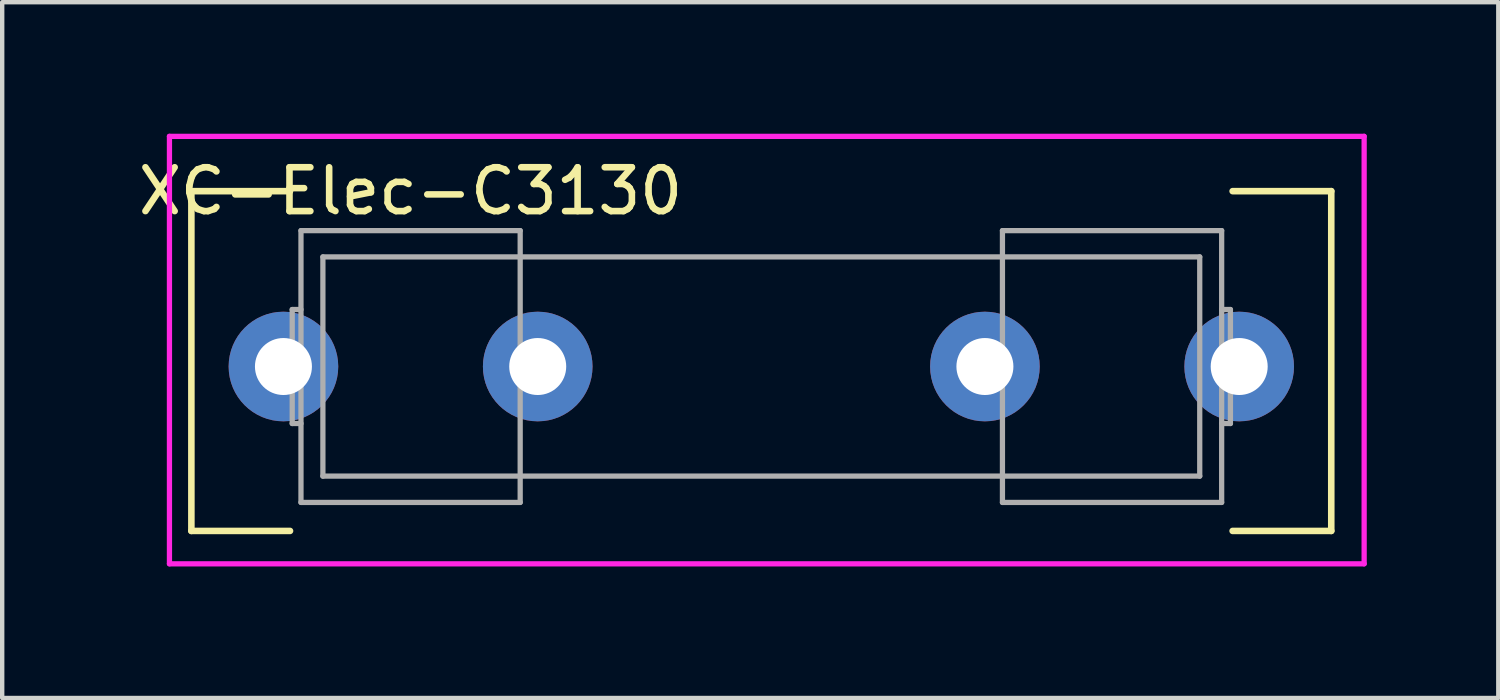
<source format=kicad_pcb>
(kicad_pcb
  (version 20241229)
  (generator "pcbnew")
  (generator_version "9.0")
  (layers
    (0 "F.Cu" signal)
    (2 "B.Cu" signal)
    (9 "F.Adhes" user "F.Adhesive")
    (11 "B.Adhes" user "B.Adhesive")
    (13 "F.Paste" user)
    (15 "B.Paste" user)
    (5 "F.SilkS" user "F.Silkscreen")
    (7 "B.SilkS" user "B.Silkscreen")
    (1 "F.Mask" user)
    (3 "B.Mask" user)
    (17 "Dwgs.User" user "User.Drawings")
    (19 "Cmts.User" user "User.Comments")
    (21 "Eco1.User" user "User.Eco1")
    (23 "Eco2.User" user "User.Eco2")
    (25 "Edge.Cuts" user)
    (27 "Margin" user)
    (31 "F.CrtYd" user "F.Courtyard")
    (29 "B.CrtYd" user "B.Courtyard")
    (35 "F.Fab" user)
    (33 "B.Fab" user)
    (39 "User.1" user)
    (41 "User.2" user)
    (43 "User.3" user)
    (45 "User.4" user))
  (footprint "XC-Elec-C3130"
    (layer "F.Cu")
    (at 14.415 5.31)
    (property "Reference" "XC-Elec-C3130" (at -8.1 -4 0) (layer "F.SilkS") (effects (font (size 1 1) (thickness 0.15))))
    (attr through_hole)
    (fp_line (start -13.1 -4) (end -13.1 3.75) (stroke (width 0.15) (type solid)) (layer "F.SilkS"))
    (fp_line (start -13.1 3.75) (end -10.85 3.75) (stroke (width 0.15) (type solid)) (layer "F.SilkS"))
    (fp_line (start -10.85 -4) (end -13.1 -4) (stroke (width 0.15) (type solid)) (layer "F.SilkS"))
    (fp_line (start 10.65 3.75) (end 12.9 3.75) (stroke (width 0.15) (type solid)) (layer "F.SilkS"))
    (fp_line (start 12.9 -4) (end 10.65 -4) (stroke (width 0.15) (type solid)) (layer "F.SilkS"))
    (fp_line (start 12.9 3.75) (end 12.9 -4) (stroke (width 0.15) (type solid)) (layer "F.SilkS"))
    (fp_line (start -13.6 -5.25) (end -13.6 4.5) (stroke (width 0.12) (type solid)) (layer "F.CrtYd"))
    (fp_line (start -13.6 4.5) (end 13.65 4.5) (stroke (width 0.12) (type solid)) (layer "F.CrtYd"))
    (fp_line (start 13.65 -5.25) (end -13.6 -5.25) (stroke (width 0.12) (type solid)) (layer "F.CrtYd"))
    (fp_line (start 13.65 4.5) (end 13.65 -5.25) (stroke (width 0.12) (type solid)) (layer "F.CrtYd"))
    (fp_line (start -10.8 -1.3) (end -10.8 1.3) (stroke (width 0.12) (type solid)) (layer "F.Fab"))
    (fp_line (start -10.8 -1.3) (end -10.6 -1.3) (stroke (width 0.12) (type solid)) (layer "F.Fab"))
    (fp_line (start -10.6 -3.1) (end -10.6 3.1) (stroke (width 0.12) (type solid)) (layer "F.Fab"))
    (fp_line (start -10.6 -3.1) (end -5.6 -3.1) (stroke (width 0.12) (type solid)) (layer "F.Fab"))
    (fp_line (start -10.6 1.3) (end -10.8 1.3) (stroke (width 0.12) (type solid)) (layer "F.Fab"))
    (fp_line (start -10.6 3.1) (end -5.6 3.1) (stroke (width 0.12) (type solid)) (layer "F.Fab"))
    (fp_line (start -10.1 -2.5) (end -10.1 2.5) (stroke (width 0.12) (type solid)) (layer "F.Fab"))
    (fp_line (start -10.1 2.5) (end 9.9 2.5) (stroke (width 0.12) (type solid)) (layer "F.Fab"))
    (fp_line (start -5.6 3.1) (end -5.6 -3.1) (stroke (width 0.12) (type solid)) (layer "F.Fab"))
    (fp_line (start 5.4 -3.1) (end 5.4 3.1) (stroke (width 0.12) (type solid)) (layer "F.Fab"))
    (fp_line (start 9.9 -2.5) (end -10.1 -2.5) (stroke (width 0.12) (type solid)) (layer "F.Fab"))
    (fp_line (start 9.9 2.5) (end 9.9 -2.5) (stroke (width 0.12) (type solid)) (layer "F.Fab"))
    (fp_line (start 10.4 -3.1) (end 5.4 -3.1) (stroke (width 0.12) (type solid)) (layer "F.Fab"))
    (fp_line (start 10.4 -1.3) (end 10.6 -1.3) (stroke (width 0.12) (type solid)) (layer "F.Fab"))
    (fp_line (start 10.4 3.1) (end 5.4 3.1) (stroke (width 0.12) (type solid)) (layer "F.Fab"))
    (fp_line (start 10.4 3.1) (end 10.4 -3.1) (stroke (width 0.12) (type solid)) (layer "F.Fab"))
    (fp_line (start 10.6 1.3) (end 10.4 1.3) (stroke (width 0.12) (type solid)) (layer "F.Fab"))
    (fp_line (start 10.6 1.3) (end 10.6 -1.3) (stroke (width 0.12) (type solid)) (layer "F.Fab"))
    (pad "1" thru_hole circle (at -11 0) (size 2.5 2.5) (drill 1.3) (layers "*.Cu" "*.Mask"))
    (pad "1" thru_hole circle (at -5.2 0) (size 2.5 2.5) (drill 1.3) (layers "*.Cu" "*.Mask"))
    (pad "2" thru_hole circle (at 5 0 180) (size 2.5 2.5) (drill 1.3) (layers "*.Cu" "*.Mask"))
    (pad "2" thru_hole circle (at 10.8 0 180) (size 2.5 2.5) (drill 1.3) (layers "*.Cu" "*.Mask")))
  (gr_rect
    (start -3 -3)
    (end 31.125 12.87)
    (stroke (width 0.1) (type default))
    (fill no)
    (layer "Edge.Cuts")))
</source>
